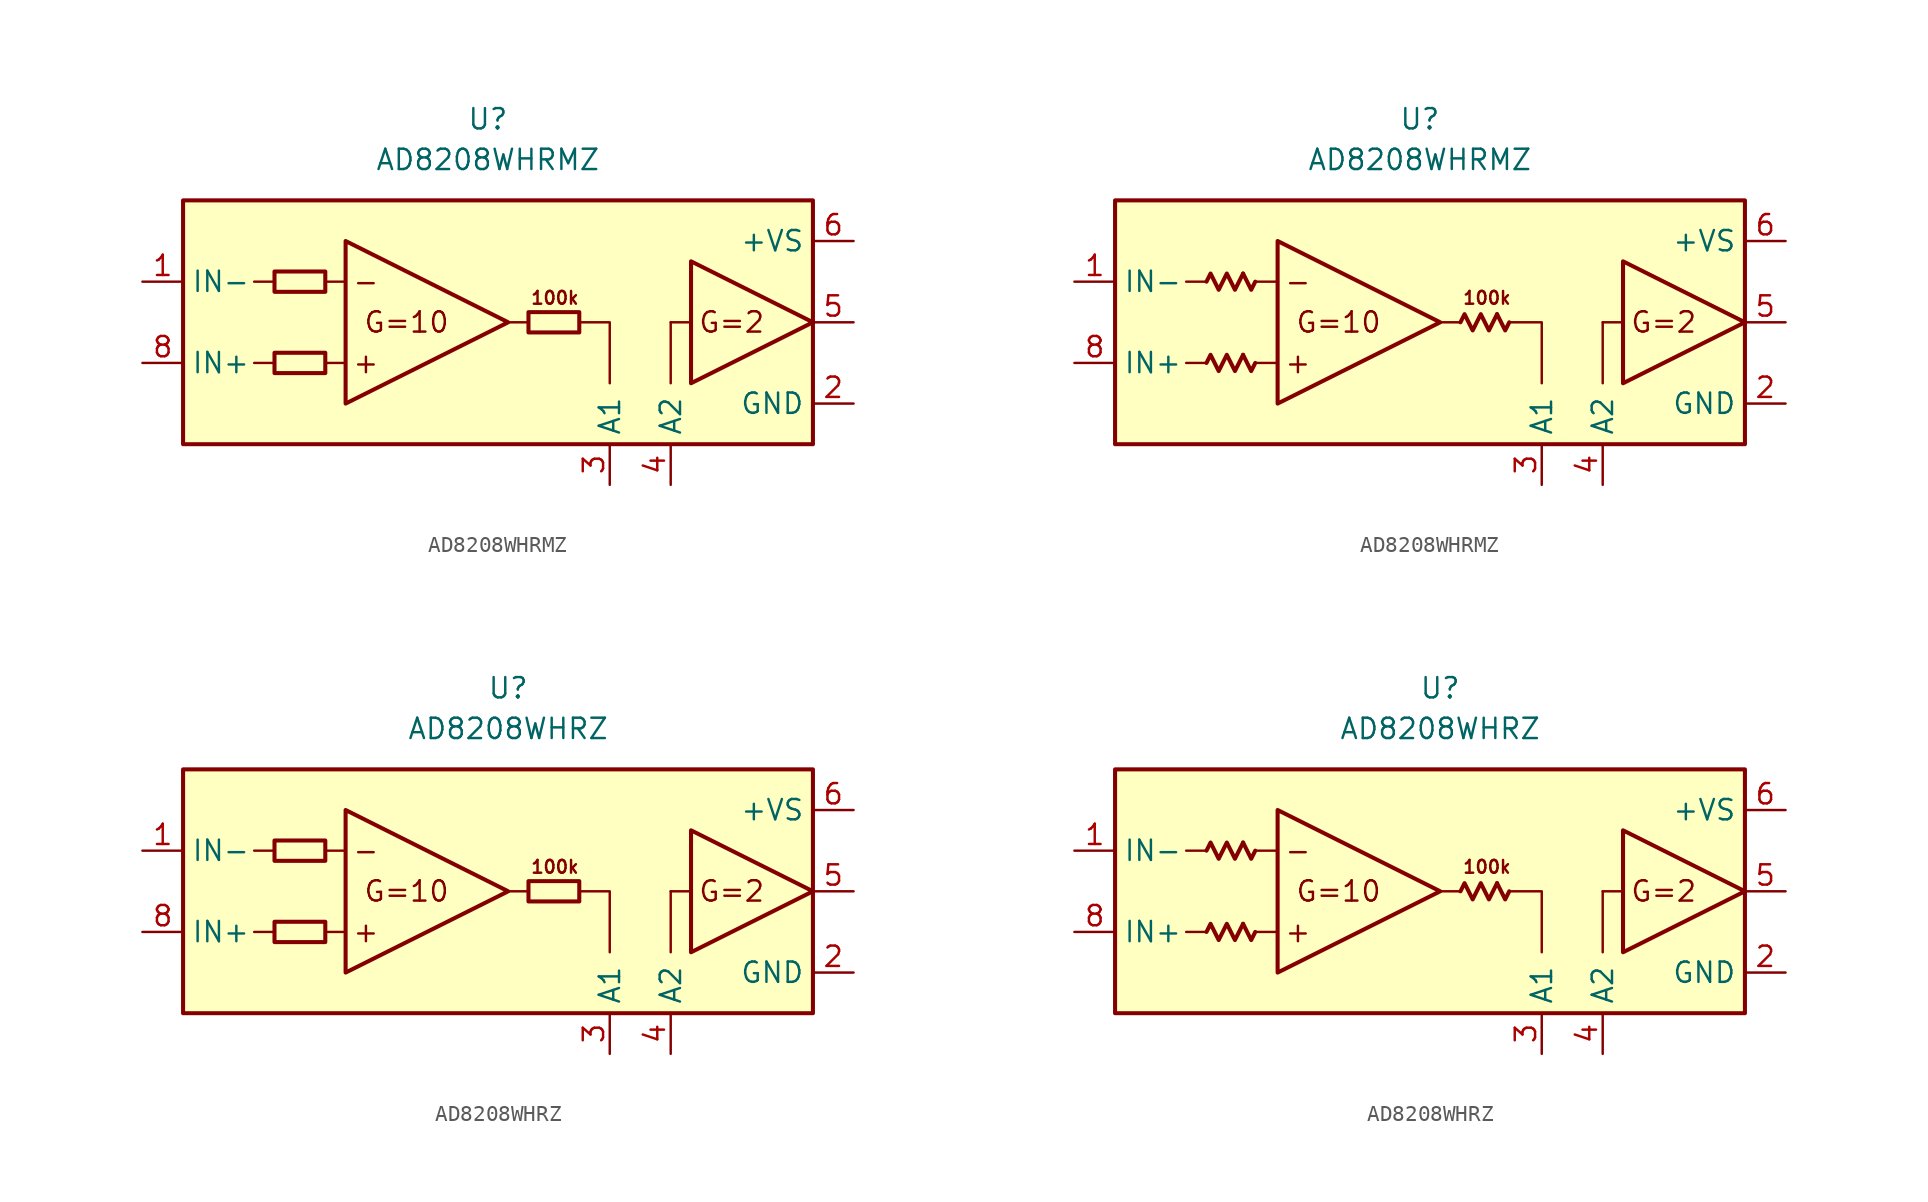
<source format=kicad_sym>
(kicad_symbol_lib
  (version 20231120)
  (generator "kicad_symbol_editor")
  (generator_version "8.0")
  (symbol "AD8208WHRMZ"
    (property "Reference" "U"
      (at 0 15.24 0)
      (effects (font (size 1.27 1.27))))
    (property "Value" "AD8208WHRMZ"
      (at 0 12.7 0)
      (effects (font (size 1.27 1.27))))
    (symbol "AD8208WHRMZ_0_0"
      (rectangle (start -19.05 10.16) (end 20.32 -5.08) (stroke (width 0.254) (type default)) (fill (type background)))
      (polyline (pts (xy -13.335 0) (xy -14.605 0)) (stroke (width 0.152) (type default)) (fill (type none)))
      (polyline (pts (xy -13.335 5.08) (xy -14.605 5.08)) (stroke (width 0.152) (type default)) (fill (type none)))
      (polyline (pts (xy -8.89 0) (xy -10.16 0)) (stroke (width 0.152) (type default)) (fill (type none)))
      (polyline (pts (xy -8.89 5.08) (xy -10.16 5.08)) (stroke (width 0.152) (type default)) (fill (type none)))
      (polyline (pts (xy 2.54 2.54) (xy 1.27 2.54)) (stroke (width 0.152) (type default)) (fill (type none)))
      (polyline (pts (xy 11.43 2.54) (xy 11.43 -1.27)) (stroke (width 0.152) (type default)) (fill (type none)))
      (polyline (pts (xy 12.7 2.54) (xy 11.43 2.54)) (stroke (width 0.152) (type default)) (fill (type none)))
      (polyline (pts (xy 5.715 2.54) (xy 7.62 2.54) (xy 7.62 -1.27)) (stroke (width 0.152) (type default)) (fill (type none)))
      (polyline (pts (xy -8.89 7.62) (xy -8.89 -2.54) (xy 1.27 2.54) (xy -8.89 7.62)) (stroke (width 0.254) (type default)) (fill (type none)))
      (polyline (pts (xy 12.7 6.35) (xy 12.7 -1.27) (xy 20.32 2.54) (xy 12.7 6.35)) (stroke (width 0.254) (type default)) (fill (type none)))
      (text "+" (at -7.62 0 0) (effects (font (size 1.27 1.27))))
      (text "-" (at -7.62 5.08 0) (effects (font (size 1.27 1.27))))
      (text "100k" (at 4.191 4.064 0) (effects (font (size 0.8 0.8))))
      (text "G=10" (at -5.08 2.54 0) (effects (font (size 1.27 1.27))))
      (text "G=2" (at 15.24 2.54 0) (effects (font (size 1.27 1.27)))))
    (symbol "AD8208WHRMZ_0_1"
      (rectangle (start -13.335 0.635) (end -10.16 -0.635) (stroke (width 0.254) (type default)) (fill (type none)))
      (rectangle (start -13.335 5.715) (end -10.16 4.445) (stroke (width 0.254) (type default)) (fill (type none)))
      (rectangle (start 2.54 3.175) (end 5.715 1.905) (stroke (width 0.254) (type default)) (fill (type none))))
    (symbol "AD8208WHRMZ_0_2"
      (polyline (pts (xy -11.049 0.508) (xy -10.541 -0.508) (xy -10.287 0)) (stroke (width 0.254) (type default)) (fill (type none)))
      (polyline (pts (xy -11.049 5.588) (xy -10.541 4.572) (xy -10.287 5.08)) (stroke (width 0.254) (type default)) (fill (type none)))
      (polyline (pts (xy 4.826 3.048) (xy 5.334 2.032) (xy 5.588 2.54)) (stroke (width 0.254) (type default)) (fill (type none)))
      (polyline (pts (xy -13.335 0) (xy -13.081 0.508) (xy -12.573 -0.508) (xy -12.065 0.508) (xy -11.557 -0.508) (xy -11.049 0.508)) (stroke (width 0.254) (type default)) (fill (type none)))
      (polyline (pts (xy -13.335 5.08) (xy -13.081 5.588) (xy -12.573 4.572) (xy -12.065 5.588) (xy -11.557 4.572) (xy -11.049 5.588)) (stroke (width 0.254) (type default)) (fill (type none)))
      (polyline (pts (xy 2.54 2.54) (xy 2.794 3.048) (xy 3.302 2.032) (xy 3.81 3.048) (xy 4.318 2.032) (xy 4.826 3.048)) (stroke (width 0.254) (type default)) (fill (type none))))
    (symbol "AD8208WHRMZ_1_1"
      (pin input line (at -21.59 5.08 0) (length 2.54) (name "IN-" (effects (font (size 1.27 1.27)))) (number "1" (effects (font (size 1.27 1.27)))))
      (pin power_in line (at 22.86 -2.54 180) (length 2.54) (name "GND" (effects (font (size 1.27 1.27)))) (number "2" (effects (font (size 1.27 1.27)))))
      (pin passive line (at 7.62 -7.62 90) (length 2.54) (name "A1" (effects (font (size 1.27 1.27)))) (number "3" (effects (font (size 1.27 1.27)))))
      (pin passive line (at 11.43 -7.62 90) (length 2.54) (name "A2" (effects (font (size 1.27 1.27)))) (number "4" (effects (font (size 1.27 1.27)))))
      (pin output line (at 22.86 2.54 180) (length 2.54) (name "~" (effects (font (size 1.27 1.27)))) (number "5" (effects (font (size 1.27 1.27)))))
      (pin power_in line (at 22.86 7.62 180) (length 2.54) (name "+VS" (effects (font (size 1.27 1.27)))) (number "6" (effects (font (size 1.27 1.27)))))
      (pin free line (at 2.54 -3.81 0) (length 2.54) hide (name "NC" (effects (font (size 1.27 1.27)))) (number "7" (effects (font (size 1.27 1.27)))))
      (pin input line (at -21.59 0 0) (length 2.54) (name "IN+" (effects (font (size 1.27 1.27)))) (number "8" (effects (font (size 1.27 1.27))))))
    (symbol "AD8208WHRMZ_1_2"
      (pin input line (at -21.59 5.08 0) (length 2.54) (name "IN-" (effects (font (size 1.27 1.27)))) (number "1" (effects (font (size 1.27 1.27)))))
      (pin power_in line (at 22.86 -2.54 180) (length 2.54) (name "GND" (effects (font (size 1.27 1.27)))) (number "2" (effects (font (size 1.27 1.27)))))
      (pin passive line (at 7.62 -7.62 90) (length 2.54) (name "A1" (effects (font (size 1.27 1.27)))) (number "3" (effects (font (size 1.27 1.27)))))
      (pin passive line (at 11.43 -7.62 90) (length 2.54) (name "A2" (effects (font (size 1.27 1.27)))) (number "4" (effects (font (size 1.27 1.27)))))
      (pin output line (at 22.86 2.54 180) (length 2.54) (name "~" (effects (font (size 1.27 1.27)))) (number "5" (effects (font (size 1.27 1.27)))))
      (pin power_in line (at 22.86 7.62 180) (length 2.54) (name "+VS" (effects (font (size 1.27 1.27)))) (number "6" (effects (font (size 1.27 1.27)))))
      (pin free line (at 2.54 -3.81 0) (length 2.54) hide (name "NC" (effects (font (size 1.27 1.27)))) (number "7" (effects (font (size 1.27 1.27)))))
      (pin input line (at -21.59 0 0) (length 2.54) (name "IN+" (effects (font (size 1.27 1.27)))) (number "8" (effects (font (size 1.27 1.27)))))))
  (symbol "AD8208WHRZ"
    (property "Reference" "U"
      (at 0 15.24 0)
      (effects (font (size 1.27 1.27))))
    (property "Value" "AD8208WHRZ"
      (at 0 12.7 0)
      (effects (font (size 1.27 1.27))))
    (symbol "AD8208WHRZ_0_0"
      (rectangle (start -20.32 10.16) (end 19.05 -5.08) (stroke (width 0.254) (type default)) (fill (type background)))
      (polyline (pts (xy -14.605 0) (xy -15.875 0)) (stroke (width 0.152) (type default)) (fill (type none)))
      (polyline (pts (xy -14.605 5.08) (xy -15.875 5.08)) (stroke (width 0.152) (type default)) (fill (type none)))
      (polyline (pts (xy -10.16 0) (xy -11.43 0)) (stroke (width 0.152) (type default)) (fill (type none)))
      (polyline (pts (xy -10.16 5.08) (xy -11.43 5.08)) (stroke (width 0.152) (type default)) (fill (type none)))
      (polyline (pts (xy 1.27 2.54) (xy 0 2.54)) (stroke (width 0.152) (type default)) (fill (type none)))
      (polyline (pts (xy 10.16 2.54) (xy 10.16 -1.27)) (stroke (width 0.152) (type default)) (fill (type none)))
      (polyline (pts (xy 11.43 2.54) (xy 10.16 2.54)) (stroke (width 0.152) (type default)) (fill (type none)))
      (polyline (pts (xy 4.445 2.54) (xy 6.35 2.54) (xy 6.35 -1.27)) (stroke (width 0.152) (type default)) (fill (type none)))
      (polyline (pts (xy -10.16 7.62) (xy -10.16 -2.54) (xy 0 2.54) (xy -10.16 7.62)) (stroke (width 0.254) (type default)) (fill (type none)))
      (polyline (pts (xy 11.43 6.35) (xy 11.43 -1.27) (xy 19.05 2.54) (xy 11.43 6.35)) (stroke (width 0.254) (type default)) (fill (type none)))
      (text "+" (at -8.89 0 0) (effects (font (size 1.27 1.27))))
      (text "-" (at -8.89 5.08 0) (effects (font (size 1.27 1.27))))
      (text "100k" (at 2.921 4.064 0) (effects (font (size 0.8 0.8))))
      (text "G=10" (at -6.35 2.54 0) (effects (font (size 1.27 1.27))))
      (text "G=2" (at 13.97 2.54 0) (effects (font (size 1.27 1.27)))))
    (symbol "AD8208WHRZ_0_1"
      (rectangle (start -14.605 0.635) (end -11.43 -0.635) (stroke (width 0.254) (type default)) (fill (type none)))
      (rectangle (start -14.605 5.715) (end -11.43 4.445) (stroke (width 0.254) (type default)) (fill (type none)))
      (rectangle (start 1.27 3.175) (end 4.445 1.905) (stroke (width 0.254) (type default)) (fill (type none))))
    (symbol "AD8208WHRZ_0_2"
      (polyline (pts (xy -12.319 0.508) (xy -11.811 -0.508) (xy -11.557 0)) (stroke (width 0.254) (type default)) (fill (type none)))
      (polyline (pts (xy -12.319 5.588) (xy -11.811 4.572) (xy -11.557 5.08)) (stroke (width 0.254) (type default)) (fill (type none)))
      (polyline (pts (xy 3.556 3.048) (xy 4.064 2.032) (xy 4.318 2.54)) (stroke (width 0.254) (type default)) (fill (type none)))
      (polyline (pts (xy -14.605 0) (xy -14.351 0.508) (xy -13.843 -0.508) (xy -13.335 0.508) (xy -12.827 -0.508) (xy -12.319 0.508)) (stroke (width 0.254) (type default)) (fill (type none)))
      (polyline (pts (xy -14.605 5.08) (xy -14.351 5.588) (xy -13.843 4.572) (xy -13.335 5.588) (xy -12.827 4.572) (xy -12.319 5.588)) (stroke (width 0.254) (type default)) (fill (type none)))
      (polyline (pts (xy 1.27 2.54) (xy 1.524 3.048) (xy 2.032 2.032) (xy 2.54 3.048) (xy 3.048 2.032) (xy 3.556 3.048)) (stroke (width 0.254) (type default)) (fill (type none))))
    (symbol "AD8208WHRZ_1_1"
      (pin input line (at -22.86 5.08 0) (length 2.54) (name "IN-" (effects (font (size 1.27 1.27)))) (number "1" (effects (font (size 1.27 1.27)))))
      (pin power_in line (at 21.59 -2.54 180) (length 2.54) (name "GND" (effects (font (size 1.27 1.27)))) (number "2" (effects (font (size 1.27 1.27)))))
      (pin passive line (at 6.35 -7.62 90) (length 2.54) (name "A1" (effects (font (size 1.27 1.27)))) (number "3" (effects (font (size 1.27 1.27)))))
      (pin passive line (at 10.16 -7.62 90) (length 2.54) (name "A2" (effects (font (size 1.27 1.27)))) (number "4" (effects (font (size 1.27 1.27)))))
      (pin output line (at 21.59 2.54 180) (length 2.54) (name "~" (effects (font (size 1.27 1.27)))) (number "5" (effects (font (size 1.27 1.27)))))
      (pin power_in line (at 21.59 7.62 180) (length 2.54) (name "+VS" (effects (font (size 1.27 1.27)))) (number "6" (effects (font (size 1.27 1.27)))))
      (pin free line (at 1.27 -3.81 0) (length 2.54) hide (name "NC" (effects (font (size 1.27 1.27)))) (number "7" (effects (font (size 1.27 1.27)))))
      (pin input line (at -22.86 0 0) (length 2.54) (name "IN+" (effects (font (size 1.27 1.27)))) (number "8" (effects (font (size 1.27 1.27))))))
    (symbol "AD8208WHRZ_1_2"
      (pin input line (at -22.86 5.08 0) (length 2.54) (name "IN-" (effects (font (size 1.27 1.27)))) (number "1" (effects (font (size 1.27 1.27)))))
      (pin power_in line (at 21.59 -2.54 180) (length 2.54) (name "GND" (effects (font (size 1.27 1.27)))) (number "2" (effects (font (size 1.27 1.27)))))
      (pin passive line (at 6.35 -7.62 90) (length 2.54) (name "A1" (effects (font (size 1.27 1.27)))) (number "3" (effects (font (size 1.27 1.27)))))
      (pin passive line (at 10.16 -7.62 90) (length 2.54) (name "A2" (effects (font (size 1.27 1.27)))) (number "4" (effects (font (size 1.27 1.27)))))
      (pin output line (at 21.59 2.54 180) (length 2.54) (name "~" (effects (font (size 1.27 1.27)))) (number "5" (effects (font (size 1.27 1.27)))))
      (pin power_in line (at 21.59 7.62 180) (length 2.54) (name "+VS" (effects (font (size 1.27 1.27)))) (number "6" (effects (font (size 1.27 1.27)))))
      (pin free line (at 1.27 -3.81 0) (length 2.54) hide (name "NC" (effects (font (size 1.27 1.27)))) (number "7" (effects (font (size 1.27 1.27)))))
      (pin input line (at -22.86 0 0) (length 2.54) (name "IN+" (effects (font (size 1.27 1.27)))) (number "8" (effects (font (size 1.27 1.27))))))))
</source>
